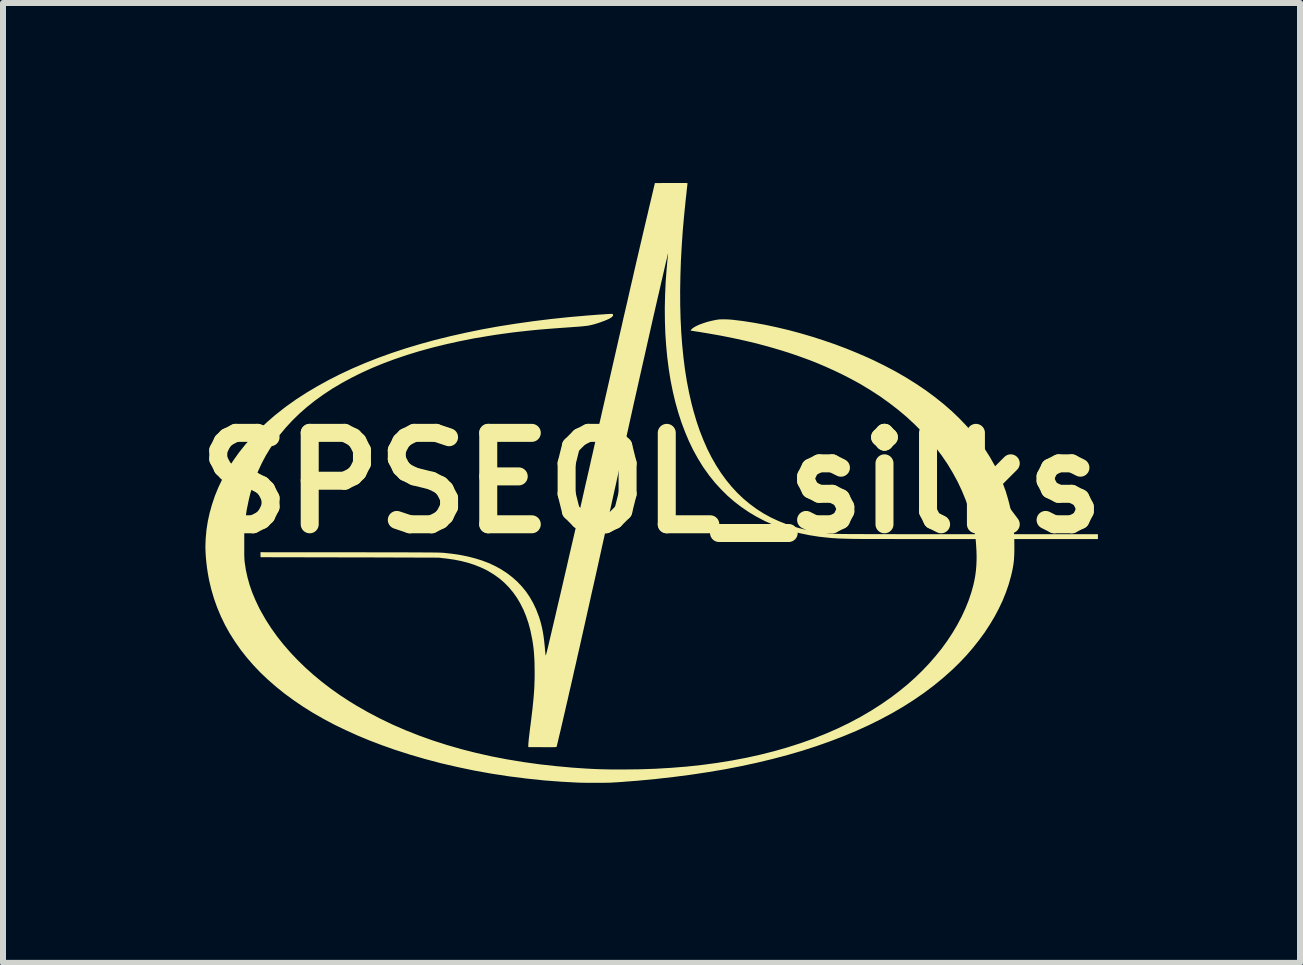
<source format=kicad_pcb>
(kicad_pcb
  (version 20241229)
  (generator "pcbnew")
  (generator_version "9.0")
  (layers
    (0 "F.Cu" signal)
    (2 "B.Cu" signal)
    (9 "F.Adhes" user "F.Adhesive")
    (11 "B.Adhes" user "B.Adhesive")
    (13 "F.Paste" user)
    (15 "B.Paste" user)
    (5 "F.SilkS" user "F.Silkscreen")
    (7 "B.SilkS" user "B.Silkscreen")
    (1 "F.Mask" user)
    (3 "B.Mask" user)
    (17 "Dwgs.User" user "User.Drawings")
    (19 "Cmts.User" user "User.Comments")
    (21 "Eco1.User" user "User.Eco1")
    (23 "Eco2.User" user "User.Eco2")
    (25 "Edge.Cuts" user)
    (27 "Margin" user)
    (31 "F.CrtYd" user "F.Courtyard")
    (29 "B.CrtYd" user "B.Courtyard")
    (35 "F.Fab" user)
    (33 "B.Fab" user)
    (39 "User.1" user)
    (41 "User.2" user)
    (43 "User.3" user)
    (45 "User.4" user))
  (footprint "SPSEOL_silks"
    (layer "F.Cu")
    (at 7.809 4.999)
    (property "Reference" "SPSEOL_silks" (at 0 0 0) (layer "F.SilkS") (effects (font (size 1.524 1.524) (thickness 0.3))))
    (attr board_only exclude_from_pos_files exclude_from_bom)
    (fp_poly (pts (xy 0.464 -4.999) (xy 0.502 -4.999) (xy 0.535 -4.999) (xy 0.562 -4.999) (xy 0.582 -4.998) (xy 0.595 -4.998) (xy 0.6 -4.997) (xy 0.6 -4.997) (xy 0.599 -4.992) (xy 0.598 -4.979) (xy 0.596 -4.959) (xy 0.593 -4.932) (xy 0.589 -4.9) (xy 0.585 -4.863) (xy 0.581 -4.821) (xy 0.576 -4.777) (xy 0.573 -4.752) (xy 0.545 -4.477) (xy 0.521 -4.209) (xy 0.503 -3.947) (xy 0.489 -3.692) (xy 0.481 -3.443) (xy 0.477 -3.201) (xy 0.478 -2.965) (xy 0.484 -2.737) (xy 0.495 -2.515) (xy 0.511 -2.3) (xy 0.532 -2.092) (xy 0.557 -1.892) (xy 0.588 -1.698) (xy 0.624 -1.512) (xy 0.664 -1.334) (xy 0.699 -1.2) (xy 0.749 -1.03) (xy 0.804 -0.868) (xy 0.865 -0.713) (xy 0.93 -0.565) (xy 1.001 -0.425) (xy 1.077 -0.292) (xy 1.158 -0.166) (xy 1.244 -0.048) (xy 1.335 0.063) (xy 1.431 0.167) (xy 1.532 0.263) (xy 1.639 0.352) (xy 1.75 0.434) (xy 1.866 0.508) (xy 1.988 0.575) (xy 2.114 0.634) (xy 2.246 0.686) (xy 2.283 0.699) (xy 2.372 0.728) (xy 2.46 0.753) (xy 2.548 0.775) (xy 2.639 0.794) (xy 2.734 0.811) (xy 2.833 0.825) (xy 2.94 0.838) (xy 2.988 0.843) (xy 2.999 0.844) (xy 3.009 0.845) (xy 3.019 0.845) (xy 3.03 0.846) (xy 3.041 0.847) (xy 3.054 0.848) (xy 3.068 0.848) (xy 3.084 0.849) (xy 3.103 0.849) (xy 3.124 0.85) (xy 3.148 0.85) (xy 3.175 0.851) (xy 3.205 0.851) (xy 3.24 0.851) (xy 3.279 0.852) (xy 3.323 0.852) (xy 3.372 0.852) (xy 3.426 0.852) (xy 3.486 0.852) (xy 3.551 0.853) (xy 3.624 0.853) (xy 3.703 0.853) (xy 3.789 0.853) (xy 3.883 0.853) (xy 3.984 0.853) (xy 4.094 0.854) (xy 4.212 0.854) (xy 4.239 0.854) (xy 5.391 0.855) (xy 5.388 0.836) (xy 5.383 0.812) (xy 5.378 0.781) (xy 5.371 0.746) (xy 5.363 0.71) (xy 5.355 0.673) (xy 5.347 0.64) (xy 5.341 0.611) (xy 5.338 0.6) (xy 5.291 0.441) (xy 5.236 0.284) (xy 5.173 0.131) (xy 5.102 -0.02) (xy 5.022 -0.167) (xy 4.935 -0.312) (xy 4.839 -0.453) (xy 4.736 -0.59) (xy 4.625 -0.724) (xy 4.506 -0.855) (xy 4.38 -0.981) (xy 4.247 -1.104) (xy 4.106 -1.222) (xy 3.958 -1.336) (xy 3.804 -1.446) (xy 3.642 -1.551) (xy 3.474 -1.652) (xy 3.344 -1.723) (xy 3.277 -1.758) (xy 3.205 -1.795) (xy 3.13 -1.832) (xy 3.052 -1.869) (xy 2.973 -1.905) (xy 2.895 -1.94) (xy 2.82 -1.972) (xy 2.749 -2.002) (xy 2.683 -2.028) (xy 2.653 -2.04) (xy 2.552 -2.077) (xy 2.458 -2.111) (xy 2.369 -2.142) (xy 2.283 -2.171) (xy 2.197 -2.198) (xy 2.111 -2.224) (xy 2.023 -2.25) (xy 1.932 -2.276) (xy 1.749 -2.325) (xy 1.56 -2.37) (xy 1.364 -2.413) (xy 1.164 -2.453) (xy 0.961 -2.489) (xy 0.853 -2.507) (xy 0.812 -2.514) (xy 0.774 -2.52) (xy 0.739 -2.525) (xy 0.709 -2.53) (xy 0.684 -2.534) (xy 0.666 -2.537) (xy 0.655 -2.539) (xy 0.652 -2.54) (xy 0.652 -2.543) (xy 0.658 -2.552) (xy 0.668 -2.563) (xy 0.669 -2.564) (xy 0.689 -2.581) (xy 0.716 -2.599) (xy 0.751 -2.617) (xy 0.791 -2.636) (xy 0.836 -2.653) (xy 0.885 -2.67) (xy 0.936 -2.686) (xy 0.989 -2.699) (xy 1.042 -2.711) (xy 1.091 -2.72) (xy 1.13 -2.725) (xy 1.175 -2.727) (xy 1.225 -2.727) (xy 1.278 -2.725) (xy 1.331 -2.721) (xy 1.347 -2.72) (xy 1.527 -2.698) (xy 1.712 -2.669) (xy 1.901 -2.634) (xy 2.092 -2.593) (xy 2.286 -2.547) (xy 2.48 -2.495) (xy 2.674 -2.438) (xy 2.867 -2.376) (xy 3.059 -2.31) (xy 3.247 -2.239) (xy 3.431 -2.164) (xy 3.611 -2.086) (xy 3.702 -2.044) (xy 3.891 -1.951) (xy 4.072 -1.855) (xy 4.245 -1.755) (xy 4.411 -1.651) (xy 4.57 -1.544) (xy 4.72 -1.433) (xy 4.863 -1.319) (xy 4.998 -1.202) (xy 5.125 -1.081) (xy 5.244 -0.957) (xy 5.356 -0.83) (xy 5.459 -0.7) (xy 5.554 -0.567) (xy 5.64 -0.431) (xy 5.719 -0.292) (xy 5.789 -0.151) (xy 5.85 -0.006) (xy 5.904 0.141) (xy 5.938 0.255) (xy 5.962 0.343) (xy 5.983 0.435) (xy 6.001 0.527) (xy 6.016 0.618) (xy 6.027 0.704) (xy 6.03 0.734) (xy 6.033 0.764) (xy 6.035 0.791) (xy 6.038 0.814) (xy 6.04 0.832) (xy 6.041 0.843) (xy 6.041 0.845) (xy 6.044 0.855) (xy 7.44 0.855) (xy 7.44 0.936) (xy 6.046 0.936) (xy 6.047 1.064) (xy 6.047 1.139) (xy 6.045 1.208) (xy 6.041 1.272) (xy 6.035 1.335) (xy 6.025 1.397) (xy 6.013 1.461) (xy 5.997 1.53) (xy 5.991 1.555) (xy 5.953 1.69) (xy 5.906 1.826) (xy 5.851 1.962) (xy 5.787 2.097) (xy 5.716 2.231) (xy 5.636 2.364) (xy 5.55 2.496) (xy 5.455 2.625) (xy 5.354 2.752) (xy 5.246 2.877) (xy 5.131 2.998) (xy 5.01 3.116) (xy 5.003 3.122) (xy 4.857 3.252) (xy 4.703 3.378) (xy 4.541 3.5) (xy 4.372 3.616) (xy 4.195 3.729) (xy 4.01 3.837) (xy 3.818 3.94) (xy 3.618 4.039) (xy 3.411 4.133) (xy 3.197 4.222) (xy 2.975 4.307) (xy 2.746 4.388) (xy 2.51 4.464) (xy 2.267 4.535) (xy 2.016 4.601) (xy 1.759 4.663) (xy 1.494 4.72) (xy 1.222 4.773) (xy 0.943 4.82) (xy 0.658 4.863) (xy 0.365 4.901) (xy 0.065 4.935) (xy -0.241 4.964) (xy -0.428 4.978) (xy -0.483 4.983) (xy -0.531 4.986) (xy -0.572 4.989) (xy -0.609 4.991) (xy -0.642 4.993) (xy -0.673 4.995) (xy -0.704 4.996) (xy -0.736 4.997) (xy -0.769 4.997) (xy -0.806 4.998) (xy -0.848 4.998) (xy -0.895 4.998) (xy -0.943 4.998) (xy -0.99 4.998) (xy -1.037 4.998) (xy -1.082 4.998) (xy -1.123 4.997) (xy -1.159 4.997) (xy -1.188 4.996) (xy -1.204 4.996) (xy -1.499 4.98) (xy -1.792 4.958) (xy -2.085 4.927) (xy -2.376 4.89) (xy -2.664 4.846) (xy -2.949 4.795) (xy -3.231 4.736) (xy -3.508 4.672) (xy -3.78 4.6) (xy -4.047 4.522) (xy -4.051 4.52) (xy -4.276 4.448) (xy -4.494 4.371) (xy -4.704 4.291) (xy -4.906 4.207) (xy -5.102 4.118) (xy -5.29 4.027) (xy -5.47 3.931) (xy -5.643 3.832) (xy -5.808 3.729) (xy -5.965 3.622) (xy -6.115 3.512) (xy -6.257 3.398) (xy -6.391 3.281) (xy -6.518 3.161) (xy -6.636 3.037) (xy -6.747 2.909) (xy -6.849 2.779) (xy -6.943 2.645) (xy -7.03 2.508) (xy -7.108 2.368) (xy -7.177 2.225) (xy -7.239 2.078) (xy -7.292 1.929) (xy -7.337 1.776) (xy -7.374 1.621) (xy -7.382 1.579) (xy -7.397 1.494) (xy -7.41 1.407) (xy -7.42 1.321) (xy -7.428 1.238) (xy -7.433 1.158) (xy -7.435 1.085) (xy -7.436 1.071) (xy -7.431 0.928) (xy -7.418 0.785) (xy -7.396 0.642) (xy -7.365 0.5) (xy -7.325 0.358) (xy -7.278 0.218) (xy -7.222 0.08) (xy -7.157 -0.057) (xy -7.085 -0.191) (xy -7.004 -0.323) (xy -6.967 -0.379) (xy -6.873 -0.511) (xy -6.77 -0.64) (xy -6.659 -0.766) (xy -6.54 -0.889) (xy -6.414 -1.008) (xy -6.281 -1.124) (xy -6.141 -1.235) (xy -6.085 -1.278) (xy -5.921 -1.394) (xy -5.749 -1.505) (xy -5.569 -1.612) (xy -5.382 -1.715) (xy -5.187 -1.814) (xy -4.985 -1.908) (xy -4.775 -1.998) (xy -4.557 -2.084) (xy -4.332 -2.165) (xy -4.099 -2.242) (xy -3.859 -2.314) (xy -3.612 -2.382) (xy -3.357 -2.445) (xy -3.095 -2.504) (xy -2.826 -2.559) (xy -2.55 -2.609) (xy -2.266 -2.654) (xy -1.976 -2.695) (xy -1.678 -2.732) (xy -1.373 -2.764) (xy -1.062 -2.791) (xy -0.88 -2.805) (xy -0.829 -2.808) (xy -0.786 -2.811) (xy -0.75 -2.814) (xy -0.722 -2.815) (xy -0.699 -2.817) (xy -0.681 -2.817) (xy -0.669 -2.818) (xy -0.659 -2.817) (xy -0.653 -2.817) (xy -0.649 -2.816) (xy -0.647 -2.814) (xy -0.646 -2.813) (xy -0.641 -2.799) (xy -0.644 -2.784) (xy -0.657 -2.769) (xy -0.677 -2.753) (xy -0.699 -2.74) (xy -0.723 -2.728) (xy -0.754 -2.715) (xy -0.79 -2.7) (xy -0.829 -2.686) (xy -0.87 -2.671) (xy -0.911 -2.658) (xy -0.95 -2.646) (xy -0.985 -2.637) (xy -1.006 -2.632) (xy -1.027 -2.627) (xy -1.049 -2.623) (xy -1.072 -2.619) (xy -1.098 -2.616) (xy -1.128 -2.613) (xy -1.162 -2.609) (xy -1.201 -2.606) (xy -1.247 -2.602) (xy -1.301 -2.599) (xy -1.334 -2.596) (xy -1.478 -2.586) (xy -1.613 -2.576) (xy -1.742 -2.566) (xy -1.864 -2.556) (xy -1.98 -2.545) (xy -2.092 -2.533) (xy -2.201 -2.521) (xy -2.306 -2.509) (xy -2.41 -2.495) (xy -2.512 -2.481) (xy -2.615 -2.466) (xy -2.715 -2.45) (xy -2.96 -2.409) (xy -3.197 -2.362) (xy -3.428 -2.311) (xy -3.651 -2.256) (xy -3.866 -2.197) (xy -4.075 -2.133) (xy -4.276 -2.065) (xy -4.469 -1.993) (xy -4.655 -1.917) (xy -4.834 -1.836) (xy -5.005 -1.751) (xy -5.168 -1.662) (xy -5.324 -1.569) (xy -5.472 -1.471) (xy -5.612 -1.37) (xy -5.745 -1.264) (xy -5.869 -1.155) (xy -5.986 -1.041) (xy -6.095 -0.923) (xy -6.196 -0.802) (xy -6.272 -0.701) (xy -6.354 -0.579) (xy -6.429 -0.456) (xy -6.495 -0.331) (xy -6.555 -0.202) (xy -6.608 -0.069) (xy -6.648 0.049) (xy -6.662 0.091) (xy -6.673 0.128) (xy -6.683 0.161) (xy -6.691 0.192) (xy -6.699 0.224) (xy -6.707 0.258) (xy -6.716 0.297) (xy -6.724 0.337) (xy -6.733 0.381) (xy -6.741 0.418) (xy -6.747 0.451) (xy -6.752 0.481) (xy -6.756 0.512) (xy -6.761 0.544) (xy -6.765 0.581) (xy -6.77 0.623) (xy -6.771 0.64) (xy -6.788 0.795) (xy -6.788 1.027) (xy -6.788 1.082) (xy -6.788 1.128) (xy -6.788 1.167) (xy -6.788 1.201) (xy -6.787 1.229) (xy -6.786 1.252) (xy -6.785 1.273) (xy -6.784 1.291) (xy -6.782 1.308) (xy -6.781 1.324) (xy -6.78 1.325) (xy -6.761 1.452) (xy -6.733 1.578) (xy -6.698 1.703) (xy -6.654 1.829) (xy -6.601 1.955) (xy -6.54 2.083) (xy -6.508 2.143) (xy -6.428 2.283) (xy -6.339 2.421) (xy -6.242 2.557) (xy -6.136 2.691) (xy -6.023 2.821) (xy -5.902 2.949) (xy -5.774 3.074) (xy -5.639 3.195) (xy -5.497 3.313) (xy -5.348 3.427) (xy -5.193 3.537) (xy -5.032 3.642) (xy -4.926 3.707) (xy -4.729 3.82) (xy -4.525 3.927) (xy -4.315 4.028) (xy -4.099 4.122) (xy -3.876 4.21) (xy -3.647 4.292) (xy -3.412 4.367) (xy -3.17 4.437) (xy -2.922 4.5) (xy -2.669 4.557) (xy -2.409 4.607) (xy -2.143 4.651) (xy -1.871 4.689) (xy -1.593 4.72) (xy -1.309 4.746) (xy -1.289 4.747) (xy -1.191 4.754) (xy -1.099 4.76) (xy -1.011 4.765) (xy -0.926 4.769) (xy -0.84 4.772) (xy -0.752 4.774) (xy -0.661 4.776) (xy -0.564 4.776) (xy -0.486 4.776) (xy -0.208 4.773) (xy 0.064 4.764) (xy 0.331 4.748) (xy 0.593 4.727) (xy 0.85 4.699) (xy 1.101 4.665) (xy 1.347 4.625) (xy 1.588 4.579) (xy 1.822 4.527) (xy 2.051 4.469) (xy 2.274 4.405) (xy 2.492 4.335) (xy 2.703 4.26) (xy 2.907 4.178) (xy 3.106 4.091) (xy 3.298 3.998) (xy 3.484 3.899) (xy 3.663 3.794) (xy 3.835 3.684) (xy 4.001 3.568) (xy 4.127 3.472) (xy 4.262 3.362) (xy 4.39 3.248) (xy 4.512 3.13) (xy 4.627 3.009) (xy 4.735 2.885) (xy 4.837 2.759) (xy 4.931 2.629) (xy 5.017 2.498) (xy 5.096 2.365) (xy 5.167 2.231) (xy 5.23 2.095) (xy 5.285 1.959) (xy 5.331 1.822) (xy 5.365 1.698) (xy 5.382 1.62) (xy 5.396 1.543) (xy 5.406 1.465) (xy 5.413 1.386) (xy 5.417 1.303) (xy 5.418 1.217) (xy 5.415 1.124) (xy 5.409 1.025) (xy 5.407 0.999) (xy 5.402 0.936) (xy 4.399 0.936) (xy 4.274 0.936) (xy 4.157 0.936) (xy 4.049 0.935) (xy 3.949 0.935) (xy 3.856 0.935) (xy 3.77 0.935) (xy 3.691 0.935) (xy 3.618 0.934) (xy 3.551 0.934) (xy 3.489 0.934) (xy 3.432 0.933) (xy 3.38 0.933) (xy 3.333 0.932) (xy 3.289 0.931) (xy 3.249 0.93) (xy 3.212 0.929) (xy 3.178 0.928) (xy 3.147 0.927) (xy 3.117 0.926) (xy 3.089 0.924) (xy 3.063 0.922) (xy 3.037 0.921) (xy 3.011 0.919) (xy 2.986 0.917) (xy 2.966 0.915) (xy 2.796 0.897) (xy 2.631 0.871) (xy 2.472 0.838) (xy 2.317 0.797) (xy 2.168 0.749) (xy 2.023 0.695) (xy 1.884 0.633) (xy 1.75 0.563) (xy 1.622 0.487) (xy 1.499 0.403) (xy 1.381 0.313) (xy 1.268 0.215) (xy 1.162 0.11) (xy 1.06 -0.001) (xy 0.964 -0.12) (xy 0.874 -0.246) (xy 0.849 -0.283) (xy 0.768 -0.415) (xy 0.692 -0.553) (xy 0.622 -0.699) (xy 0.558 -0.851) (xy 0.498 -1.01) (xy 0.445 -1.174) (xy 0.397 -1.345) (xy 0.355 -1.522) (xy 0.318 -1.705) (xy 0.288 -1.893) (xy 0.263 -2.086) (xy 0.244 -2.285) (xy 0.23 -2.489) (xy 0.223 -2.698) (xy 0.221 -2.912) (xy 0.226 -3.13) (xy 0.235 -3.335) (xy 0.238 -3.382) (xy 0.242 -3.434) (xy 0.246 -3.489) (xy 0.25 -3.546) (xy 0.255 -3.602) (xy 0.26 -3.656) (xy 0.264 -3.706) (xy 0.269 -3.749) (xy 0.271 -3.767) (xy 0.273 -3.789) (xy 0.275 -3.807) (xy 0.276 -3.82) (xy 0.276 -3.826) (xy 0.276 -3.826) (xy 0.274 -3.823) (xy 0.272 -3.812) (xy 0.268 -3.797) (xy 0.265 -3.786) (xy 0.263 -3.776) (xy 0.259 -3.757) (xy 0.253 -3.731) (xy 0.245 -3.699) (xy 0.236 -3.66) (xy 0.226 -3.617) (xy 0.215 -3.569) (xy 0.203 -3.517) (xy 0.19 -3.462) (xy 0.177 -3.404) (xy 0.163 -3.346) (xy 0.13 -3.2) (xy 0.094 -3.046) (xy 0.057 -2.884) (xy 0.018 -2.714) (xy -0.022 -2.536) (xy -0.064 -2.351) (xy -0.107 -2.159) (xy -0.152 -1.961) (xy -0.198 -1.757) (xy -0.245 -1.547) (xy -0.294 -1.331) (xy -0.343 -1.11) (xy -0.393 -0.884) (xy -0.445 -0.653) (xy -0.497 -0.418) (xy -0.55 -0.18) (xy -0.603 0.063) (xy -0.609 0.087) (xy -0.659 0.313) (xy -0.707 0.53) (xy -0.753 0.739) (xy -0.798 0.941) (xy -0.841 1.135) (xy -0.882 1.322) (xy -0.922 1.502) (xy -0.961 1.676) (xy -0.999 1.843) (xy -1.035 2.006) (xy -1.07 2.162) (xy -1.104 2.314) (xy -1.137 2.461) (xy -1.169 2.603) (xy -1.2 2.742) (xy -1.231 2.876) (xy -1.26 3.008) (xy -1.29 3.136) (xy -1.318 3.262) (xy -1.345 3.38) (xy -1.372 3.495) (xy -1.396 3.603) (xy -1.42 3.706) (xy -1.442 3.803) (xy -1.463 3.893) (xy -1.482 3.976) (xy -1.5 4.052) (xy -1.516 4.122) (xy -1.531 4.184) (xy -1.544 4.239) (xy -1.555 4.286) (xy -1.564 4.325) (xy -1.572 4.357) (xy -1.578 4.38) (xy -1.582 4.395) (xy -1.584 4.401) (xy -1.584 4.401) (xy -1.589 4.402) (xy -1.602 4.403) (xy -1.622 4.403) (xy -1.649 4.404) (xy -1.682 4.404) (xy -1.719 4.404) (xy -1.76 4.404) (xy -1.804 4.404) (xy -1.82 4.404) (xy -2.053 4.403) (xy -2.054 4.386) (xy -2.054 4.372) (xy -2.053 4.349) (xy -2.05 4.318) (xy -2.047 4.279) (xy -2.042 4.233) (xy -2.035 4.18) (xy -2.028 4.119) (xy -2.02 4.052) (xy -2.019 4.05) (xy -2.006 3.947) (xy -1.995 3.852) (xy -1.984 3.764) (xy -1.976 3.682) (xy -1.968 3.605) (xy -1.962 3.533) (xy -1.957 3.464) (xy -1.953 3.398) (xy -1.951 3.334) (xy -1.949 3.27) (xy -1.948 3.206) (xy -1.948 3.141) (xy -1.949 3.093) (xy -1.95 3.017) (xy -1.952 2.949) (xy -1.956 2.886) (xy -1.96 2.827) (xy -1.965 2.771) (xy -1.972 2.715) (xy -1.98 2.658) (xy -1.99 2.599) (xy -1.993 2.585) (xy -2.019 2.457) (xy -2.052 2.335) (xy -2.091 2.22) (xy -2.136 2.111) (xy -2.188 2.008) (xy -2.245 1.912) (xy -2.309 1.822) (xy -2.379 1.738) (xy -2.455 1.661) (xy -2.537 1.591) (xy -2.626 1.527) (xy -2.72 1.47) (xy -2.754 1.451) (xy -2.85 1.406) (xy -2.953 1.365) (xy -3.062 1.33) (xy -3.175 1.301) (xy -3.293 1.278) (xy -3.414 1.261) (xy -3.418 1.26) (xy -3.448 1.257) (xy -3.476 1.254) (xy -3.501 1.251) (xy -3.521 1.248) (xy -3.534 1.247) (xy -3.536 1.246) (xy -3.542 1.246) (xy -3.557 1.246) (xy -3.58 1.246) (xy -3.611 1.245) (xy -3.649 1.245) (xy -3.695 1.245) (xy -3.748 1.245) (xy -3.807 1.244) (xy -3.872 1.244) (xy -3.944 1.244) (xy -4.021 1.243) (xy -4.103 1.243) (xy -4.191 1.243) (xy -4.282 1.243) (xy -4.379 1.242) (xy -4.479 1.242) (xy -4.582 1.242) (xy -4.689 1.241) (xy -4.799 1.241) (xy -4.911 1.241) (xy -5.026 1.241) (xy -5.036 1.241) (xy -6.516 1.238) (xy -6.518 1.155) (xy -5.033 1.156) (xy -4.895 1.156) (xy -4.766 1.156) (xy -4.645 1.157) (xy -4.532 1.157) (xy -4.427 1.157) (xy -4.33 1.157) (xy -4.239 1.157) (xy -4.156 1.157) (xy -4.079 1.157) (xy -4.008 1.158) (xy -3.943 1.158) (xy -3.884 1.158) (xy -3.831 1.158) (xy -3.782 1.159) (xy -3.738 1.159) (xy -3.699 1.159) (xy -3.664 1.159) (xy -3.632 1.16) (xy -3.605 1.16) (xy -3.58 1.16) (xy -3.559 1.161) (xy -3.54 1.161) (xy -3.524 1.162) (xy -3.51 1.162) (xy -3.497 1.163) (xy -3.486 1.164) (xy -3.477 1.164) (xy -3.468 1.165) (xy -3.463 1.165) (xy -3.321 1.181) (xy -3.186 1.201) (xy -3.058 1.227) (xy -2.938 1.258) (xy -2.823 1.294) (xy -2.715 1.335) (xy -2.613 1.382) (xy -2.517 1.434) (xy -2.507 1.44) (xy -2.41 1.503) (xy -2.32 1.572) (xy -2.237 1.646) (xy -2.161 1.726) (xy -2.091 1.812) (xy -2.029 1.904) (xy -1.973 2.002) (xy -1.924 2.105) (xy -1.882 2.215) (xy -1.88 2.218) (xy -1.859 2.283) (xy -1.841 2.348) (xy -1.825 2.415) (xy -1.811 2.484) (xy -1.799 2.558) (xy -1.789 2.638) (xy -1.78 2.724) (xy -1.775 2.78) (xy -1.773 2.807) (xy -1.77 2.832) (xy -1.768 2.852) (xy -1.766 2.867) (xy -1.765 2.874) (xy -1.764 2.875) (xy -1.763 2.875) (xy -1.762 2.873) (xy -1.761 2.87) (xy -1.759 2.864) (xy -1.756 2.856) (xy -1.753 2.844) (xy -1.749 2.829) (xy -1.744 2.81) (xy -1.738 2.786) (xy -1.731 2.758) (xy -1.723 2.725) (xy -1.714 2.686) (xy -1.704 2.642) (xy -1.692 2.591) (xy -1.678 2.533) (xy -1.663 2.469) (xy -1.646 2.396) (xy -1.627 2.316) (xy -1.606 2.228) (xy -1.604 2.218) (xy -1.57 2.07) (xy -1.533 1.914) (xy -1.495 1.751) (xy -1.456 1.581) (xy -1.415 1.405) (xy -1.374 1.224) (xy -1.331 1.039) (xy -1.287 0.85) (xy -1.243 0.658) (xy -1.199 0.464) (xy -1.154 0.268) (xy -1.11 0.072) (xy -1.088 -0.025) (xy -1.08 -0.057) (xy -1.071 -0.098) (xy -1.06 -0.147) (xy -1.047 -0.202) (xy -1.033 -0.264) (xy -1.018 -0.331) (xy -1.002 -0.404) (xy -0.984 -0.48) (xy -0.966 -0.561) (xy -0.947 -0.645) (xy -0.927 -0.732) (xy -0.907 -0.821) (xy -0.886 -0.911) (xy -0.866 -1.002) (xy -0.845 -1.093) (xy -0.829 -1.164) (xy -0.782 -1.369) (xy -0.737 -1.566) (xy -0.694 -1.755) (xy -0.653 -1.936) (xy -0.613 -2.11) (xy -0.575 -2.277) (xy -0.539 -2.437) (xy -0.503 -2.591) (xy -0.47 -2.739) (xy -0.437 -2.881) (xy -0.405 -3.018) (xy -0.375 -3.151) (xy -0.346 -3.278) (xy -0.317 -3.402) (xy -0.29 -3.522) (xy -0.263 -3.638) (xy -0.237 -3.751) (xy -0.211 -3.861) (xy -0.186 -3.969) (xy -0.161 -4.075) (xy -0.137 -4.179) (xy -0.113 -4.281) (xy -0.089 -4.383) (xy -0.065 -4.483) (xy -0.042 -4.584) (xy -0.018 -4.684) (xy 0.006 -4.785) (xy 0.017 -4.832) (xy 0.056 -4.998) (xy 0.328 -4.999) (xy 0.376 -4.999) (xy 0.422 -4.999)) (stroke (width 0) (type solid)) (fill yes) (layer "F.SilkS")))
  (gr_rect
    (start -3 -3)
    (end 18.617 12.998)
    (stroke (width 0.1) (type default))
    (fill no)
    (layer "Edge.Cuts")))
</source>
